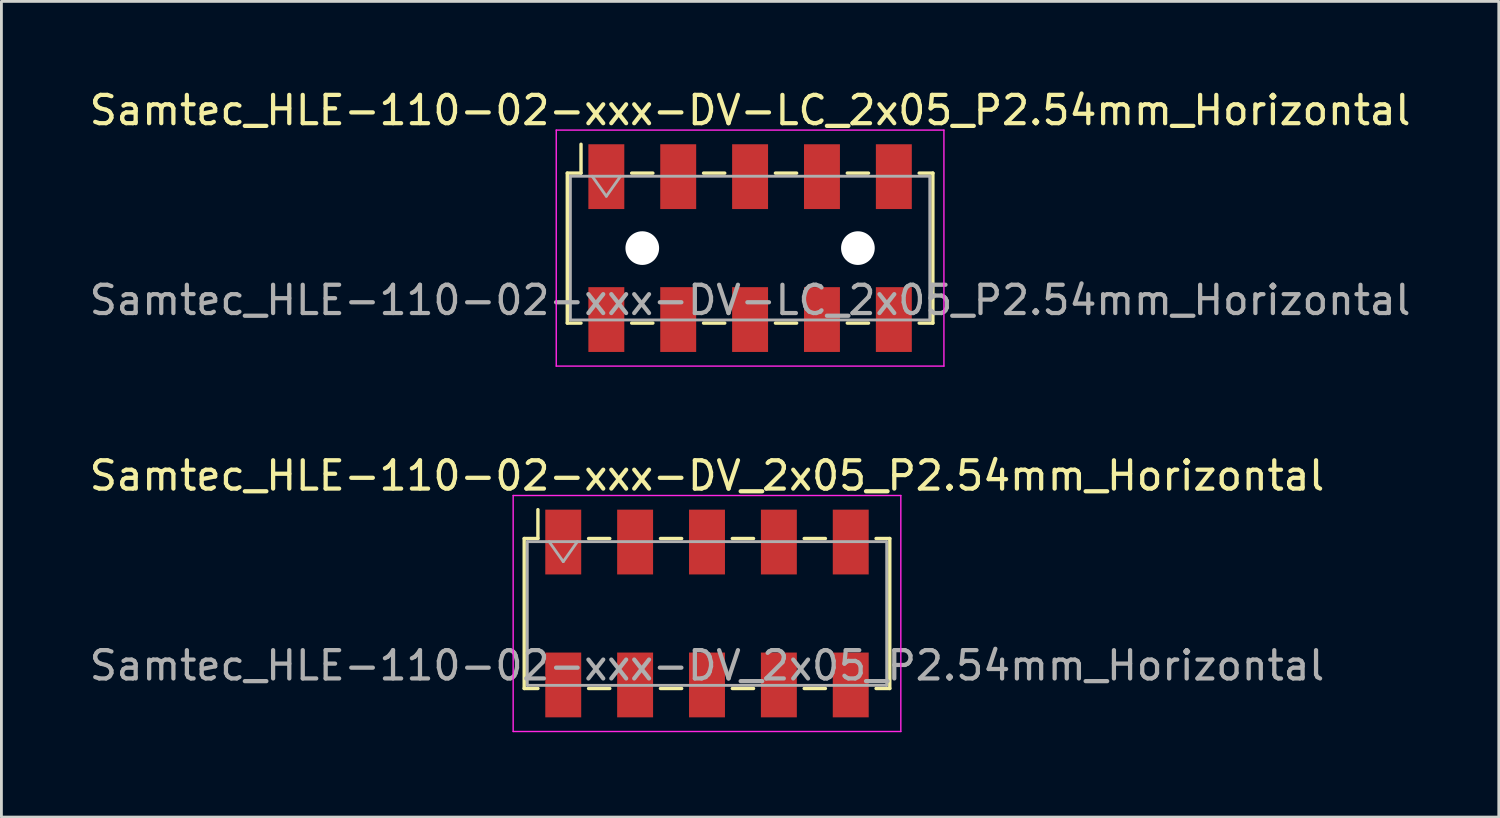
<source format=kicad_pcb>
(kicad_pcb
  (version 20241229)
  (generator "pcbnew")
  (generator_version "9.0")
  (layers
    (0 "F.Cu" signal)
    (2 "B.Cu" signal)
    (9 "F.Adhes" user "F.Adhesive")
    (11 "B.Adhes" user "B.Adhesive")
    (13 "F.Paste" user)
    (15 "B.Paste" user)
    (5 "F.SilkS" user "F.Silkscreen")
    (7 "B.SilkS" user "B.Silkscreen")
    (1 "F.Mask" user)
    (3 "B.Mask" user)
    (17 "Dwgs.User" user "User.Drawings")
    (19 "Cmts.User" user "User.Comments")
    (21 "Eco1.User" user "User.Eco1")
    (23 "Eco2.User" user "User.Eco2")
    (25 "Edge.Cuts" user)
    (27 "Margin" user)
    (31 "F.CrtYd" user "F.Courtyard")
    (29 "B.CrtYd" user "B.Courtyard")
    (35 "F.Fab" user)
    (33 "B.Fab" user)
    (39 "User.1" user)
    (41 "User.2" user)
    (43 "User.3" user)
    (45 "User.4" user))
  (footprint "Samtec_HLE-110-02-xxx-DV_2x05_P2.54mm_Horizontal"
    (layer "F.Cu")
    (at 21.935 18.631)
    (property "Reference" "Samtec_HLE-110-02-xxx-DV_2x05_P2.54mm_Horizontal" (at 0 -4.87 0) (layer "F.SilkS") (effects (font (size 1 1) (thickness 0.15))))
    (attr smd)
    (fp_line (start -6.46 -2.65) (end -6.46 2.65) (stroke (width 0.12) (type solid)) (layer "F.SilkS"))
    (fp_line (start -6.46 2.65) (end -5.975 2.65) (stroke (width 0.12) (type solid)) (layer "F.SilkS"))
    (fp_line (start -5.975 -3.67) (end -5.975 -2.65) (stroke (width 0.12) (type solid)) (layer "F.SilkS"))
    (fp_line (start -5.975 -2.65) (end -6.46 -2.65) (stroke (width 0.12) (type solid)) (layer "F.SilkS"))
    (fp_line (start -4.185 -2.65) (end -3.435 -2.65) (stroke (width 0.12) (type solid)) (layer "F.SilkS"))
    (fp_line (start -4.185 2.65) (end -3.435 2.65) (stroke (width 0.12) (type solid)) (layer "F.SilkS"))
    (fp_line (start -1.645 -2.65) (end -0.895 -2.65) (stroke (width 0.12) (type solid)) (layer "F.SilkS"))
    (fp_line (start -1.645 2.65) (end -0.895 2.65) (stroke (width 0.12) (type solid)) (layer "F.SilkS"))
    (fp_line (start 0.895 -2.65) (end 1.645 -2.65) (stroke (width 0.12) (type solid)) (layer "F.SilkS"))
    (fp_line (start 0.895 2.65) (end 1.645 2.65) (stroke (width 0.12) (type solid)) (layer "F.SilkS"))
    (fp_line (start 3.435 -2.65) (end 4.185 -2.65) (stroke (width 0.12) (type solid)) (layer "F.SilkS"))
    (fp_line (start 3.435 2.65) (end 4.185 2.65) (stroke (width 0.12) (type solid)) (layer "F.SilkS"))
    (fp_line (start 5.975 -2.65) (end 6.46 -2.65) (stroke (width 0.12) (type solid)) (layer "F.SilkS"))
    (fp_line (start 6.46 -2.65) (end 6.46 2.65) (stroke (width 0.12) (type solid)) (layer "F.SilkS"))
    (fp_line (start 6.46 2.65) (end 5.975 2.65) (stroke (width 0.12) (type solid)) (layer "F.SilkS"))
    (fp_line (start -6.85 -4.17) (end 6.85 -4.17) (stroke (width 0.05) (type solid)) (layer "F.CrtYd"))
    (fp_line (start -6.85 4.17) (end -6.85 -4.17) (stroke (width 0.05) (type solid)) (layer "F.CrtYd"))
    (fp_line (start 6.85 -4.17) (end 6.85 4.17) (stroke (width 0.05) (type solid)) (layer "F.CrtYd"))
    (fp_line (start 6.85 4.17) (end -6.85 4.17) (stroke (width 0.05) (type solid)) (layer "F.CrtYd"))
    (fp_line (start -6.35 -2.54) (end 6.35 -2.54) (stroke (width 0.1) (type solid)) (layer "F.Fab"))
    (fp_line (start -6.35 2.54) (end -6.35 -2.54) (stroke (width 0.1) (type solid)) (layer "F.Fab"))
    (fp_line (start -5.58 -2.54) (end -5.08 -1.833) (stroke (width 0.1) (type solid)) (layer "F.Fab"))
    (fp_line (start -5.08 -1.833) (end -4.58 -2.54) (stroke (width 0.1) (type solid)) (layer "F.Fab"))
    (fp_line (start 6.35 -2.54) (end 6.35 2.54) (stroke (width 0.1) (type solid)) (layer "F.Fab"))
    (fp_line (start 6.35 2.54) (end -6.35 2.54) (stroke (width 0.1) (type solid)) (layer "F.Fab"))
    (fp_text user "${REFERENCE}" (at 0 1.84 0) (layer "F.Fab") (effects (font (size 1 1) (thickness 0.15))))
    (pad "1" smd rect (at -5.08 -2.525) (size 1.27 2.29) (layers "F.Cu" "F.Mask" "F.Paste"))
    (pad "2" smd rect (at -5.08 2.525) (size 1.27 2.29) (layers "F.Cu" "F.Mask" "F.Paste"))
    (pad "3" smd rect (at -2.54 -2.525) (size 1.27 2.29) (layers "F.Cu" "F.Mask" "F.Paste"))
    (pad "4" smd rect (at -2.54 2.525) (size 1.27 2.29) (layers "F.Cu" "F.Mask" "F.Paste"))
    (pad "5" smd rect (at 0 -2.525) (size 1.27 2.29) (layers "F.Cu" "F.Mask" "F.Paste"))
    (pad "6" smd rect (at 0 2.525) (size 1.27 2.29) (layers "F.Cu" "F.Mask" "F.Paste"))
    (pad "7" smd rect (at 2.54 -2.525) (size 1.27 2.29) (layers "F.Cu" "F.Mask" "F.Paste"))
    (pad "8" smd rect (at 2.54 2.525) (size 1.27 2.29) (layers "F.Cu" "F.Mask" "F.Paste"))
    (pad "9" smd rect (at 5.08 -2.525) (size 1.27 2.29) (layers "F.Cu" "F.Mask" "F.Paste"))
    (pad "10" smd rect (at 5.08 2.525) (size 1.27 2.29) (layers "F.Cu" "F.Mask" "F.Paste")))
  (footprint "Samtec_HLE-110-02-xxx-DV-LC_2x05_P2.54mm_Horizontal"
    (layer "F.Cu")
    (at 23.458 5.718)
    (property "Reference" "Samtec_HLE-110-02-xxx-DV-LC_2x05_P2.54mm_Horizontal" (at 0 -4.87 0) (layer "F.SilkS") (effects (font (size 1 1) (thickness 0.15))))
    (attr smd)
    (fp_line (start -6.46 -2.65) (end -6.46 2.65) (stroke (width 0.12) (type solid)) (layer "F.SilkS"))
    (fp_line (start -6.46 2.65) (end -5.975 2.65) (stroke (width 0.12) (type solid)) (layer "F.SilkS"))
    (fp_line (start -5.975 -3.67) (end -5.975 -2.65) (stroke (width 0.12) (type solid)) (layer "F.SilkS"))
    (fp_line (start -5.975 -2.65) (end -6.46 -2.65) (stroke (width 0.12) (type solid)) (layer "F.SilkS"))
    (fp_line (start -4.185 -2.65) (end -3.435 -2.65) (stroke (width 0.12) (type solid)) (layer "F.SilkS"))
    (fp_line (start -4.185 2.65) (end -3.435 2.65) (stroke (width 0.12) (type solid)) (layer "F.SilkS"))
    (fp_line (start -1.645 -2.65) (end -0.895 -2.65) (stroke (width 0.12) (type solid)) (layer "F.SilkS"))
    (fp_line (start -1.645 2.65) (end -0.895 2.65) (stroke (width 0.12) (type solid)) (layer "F.SilkS"))
    (fp_line (start 0.895 -2.65) (end 1.645 -2.65) (stroke (width 0.12) (type solid)) (layer "F.SilkS"))
    (fp_line (start 0.895 2.65) (end 1.645 2.65) (stroke (width 0.12) (type solid)) (layer "F.SilkS"))
    (fp_line (start 3.435 -2.65) (end 4.185 -2.65) (stroke (width 0.12) (type solid)) (layer "F.SilkS"))
    (fp_line (start 3.435 2.65) (end 4.185 2.65) (stroke (width 0.12) (type solid)) (layer "F.SilkS"))
    (fp_line (start 5.975 -2.65) (end 6.46 -2.65) (stroke (width 0.12) (type solid)) (layer "F.SilkS"))
    (fp_line (start 6.46 -2.65) (end 6.46 2.65) (stroke (width 0.12) (type solid)) (layer "F.SilkS"))
    (fp_line (start 6.46 2.65) (end 5.975 2.65) (stroke (width 0.12) (type solid)) (layer "F.SilkS"))
    (fp_line (start -6.85 -4.17) (end 6.85 -4.17) (stroke (width 0.05) (type solid)) (layer "F.CrtYd"))
    (fp_line (start -6.85 4.17) (end -6.85 -4.17) (stroke (width 0.05) (type solid)) (layer "F.CrtYd"))
    (fp_line (start 6.85 -4.17) (end 6.85 4.17) (stroke (width 0.05) (type solid)) (layer "F.CrtYd"))
    (fp_line (start 6.85 4.17) (end -6.85 4.17) (stroke (width 0.05) (type solid)) (layer "F.CrtYd"))
    (fp_line (start -6.35 -2.54) (end 6.35 -2.54) (stroke (width 0.1) (type solid)) (layer "F.Fab"))
    (fp_line (start -6.35 2.54) (end -6.35 -2.54) (stroke (width 0.1) (type solid)) (layer "F.Fab"))
    (fp_line (start -5.58 -2.54) (end -5.08 -1.833) (stroke (width 0.1) (type solid)) (layer "F.Fab"))
    (fp_line (start -5.08 -1.833) (end -4.58 -2.54) (stroke (width 0.1) (type solid)) (layer "F.Fab"))
    (fp_line (start 6.35 -2.54) (end 6.35 2.54) (stroke (width 0.1) (type solid)) (layer "F.Fab"))
    (fp_line (start 6.35 2.54) (end -6.35 2.54) (stroke (width 0.1) (type solid)) (layer "F.Fab"))
    (fp_text user "${REFERENCE}" (at 0 1.84 0) (layer "F.Fab") (effects (font (size 1 1) (thickness 0.15))))
    (pad "" np_thru_hole circle (at -3.81 0) (size 1.19 1.19) (drill 1.19) (layers "*.Cu" "*.Mask"))
    (pad "" np_thru_hole circle (at 3.81 0) (size 1.19 1.19) (drill 1.19) (layers "*.Cu" "*.Mask"))
    (pad "1" smd rect (at -5.08 -2.525) (size 1.27 2.29) (layers "F.Cu" "F.Mask" "F.Paste"))
    (pad "2" smd rect (at -5.08 2.525) (size 1.27 2.29) (layers "F.Cu" "F.Mask" "F.Paste"))
    (pad "3" smd rect (at -2.54 -2.525) (size 1.27 2.29) (layers "F.Cu" "F.Mask" "F.Paste"))
    (pad "4" smd rect (at -2.54 2.525) (size 1.27 2.29) (layers "F.Cu" "F.Mask" "F.Paste"))
    (pad "5" smd rect (at 0 -2.525) (size 1.27 2.29) (layers "F.Cu" "F.Mask" "F.Paste"))
    (pad "6" smd rect (at 0 2.525) (size 1.27 2.29) (layers "F.Cu" "F.Mask" "F.Paste"))
    (pad "7" smd rect (at 2.54 -2.525) (size 1.27 2.29) (layers "F.Cu" "F.Mask" "F.Paste"))
    (pad "8" smd rect (at 2.54 2.525) (size 1.27 2.29) (layers "F.Cu" "F.Mask" "F.Paste"))
    (pad "9" smd rect (at 5.08 -2.525) (size 1.27 2.29) (layers "F.Cu" "F.Mask" "F.Paste"))
    (pad "10" smd rect (at 5.08 2.525) (size 1.27 2.29) (layers "F.Cu" "F.Mask" "F.Paste")))
  (gr_rect
    (start -3 -3)
    (end 49.917 25.826)
    (stroke (width 0.1) (type default))
    (fill no)
    (layer "Edge.Cuts")))
</source>
